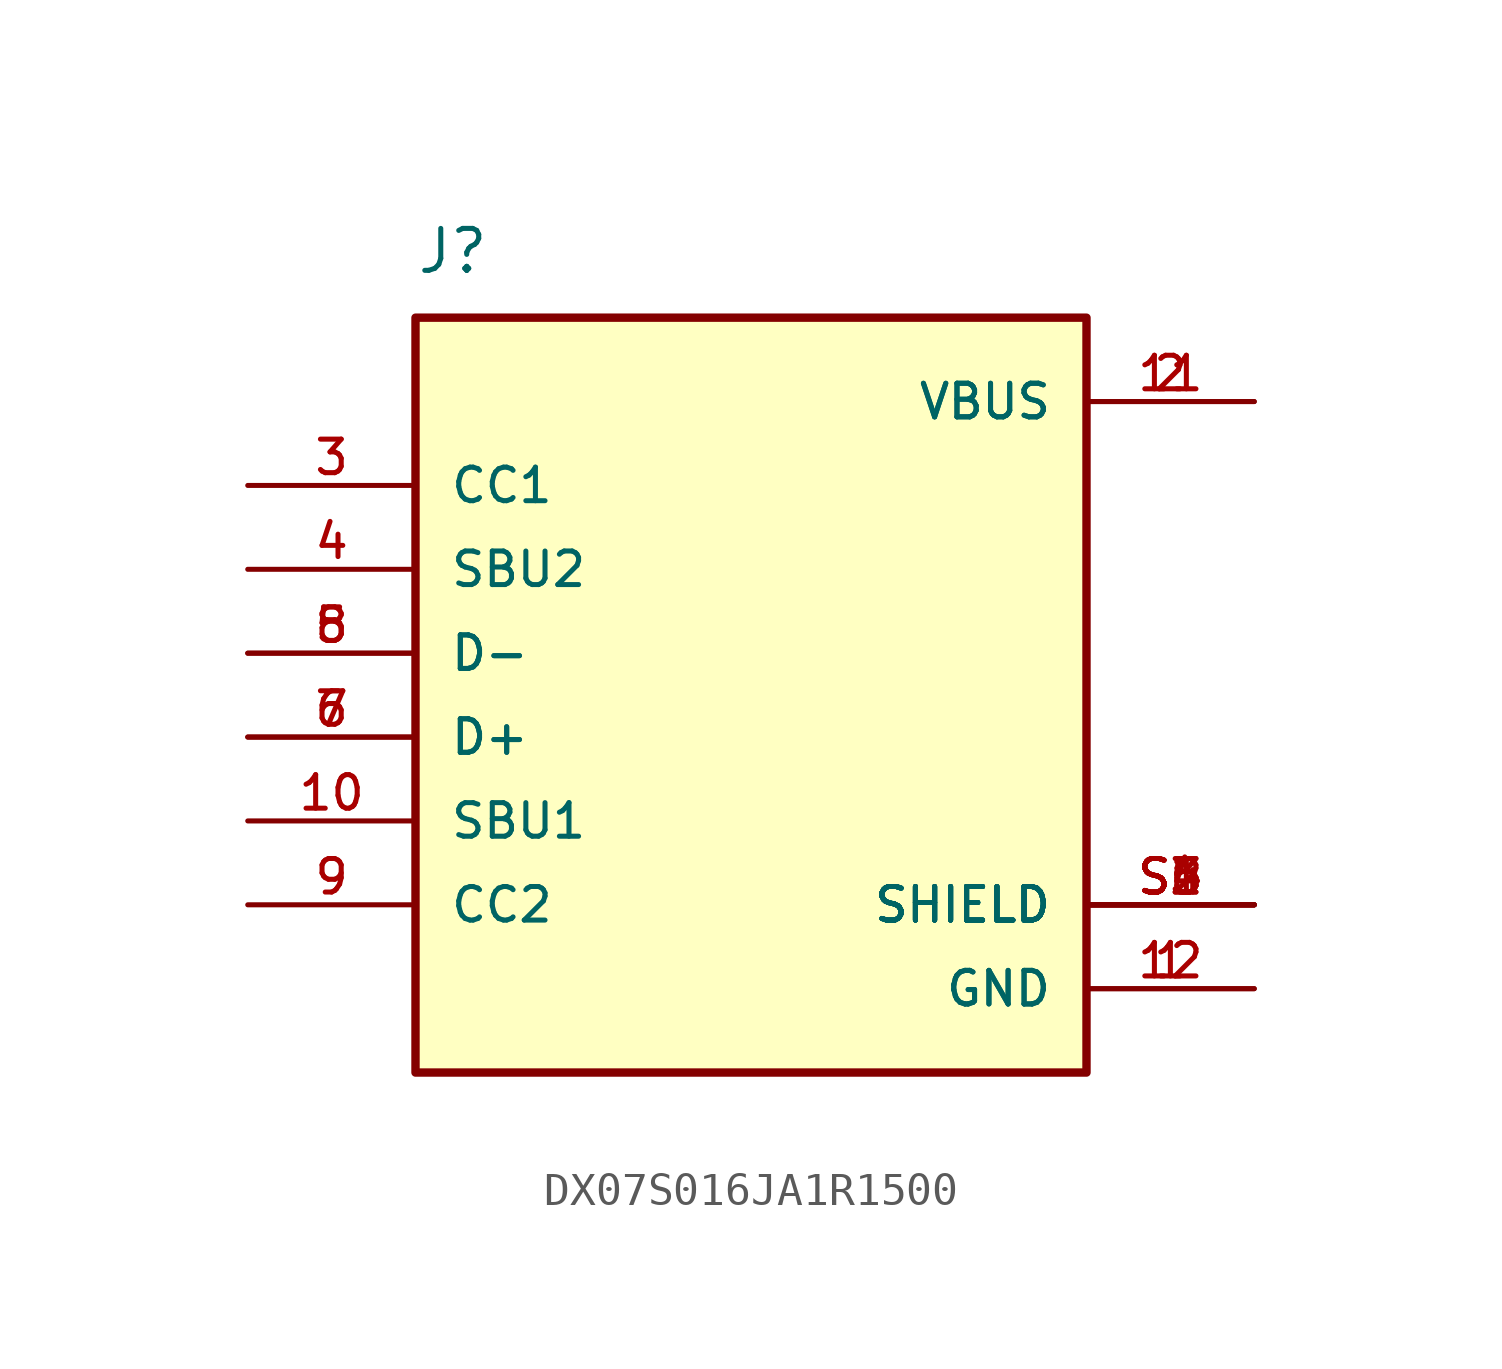
<source format=kicad_sym>
(kicad_symbol_lib
  (version 20220914)
  (generator kicad_symbol_editor)
  (symbol "DX07S016JA1R1500"
    (pin_names
      (offset 1.016))
    (property "Reference" "J"
      (at -10.16 11.43 0)
      (effects (font (size 1.27 1.27)) (justify left bottom)))
    (symbol "DX07S016JA1R1500_0_0"
      (rectangle (start -10.16 10.16) (end 10.16 -12.7) (stroke (width 0.254) (type default)) (fill (type background)))
      (pin power_in line (at 15.24 -10.16 180) (length 5.08) (name "GND" (effects (font (size 1.016 1.016)))) (number "1" (effects (font (size 1.016 1.016)))))
      (pin passive line (at -15.24 -5.08 0) (length 5.08) (name "SBU1" (effects (font (size 1.016 1.016)))) (number "10" (effects (font (size 1.016 1.016)))))
      (pin power_in line (at 15.24 7.62 180) (length 5.08) (name "VBUS" (effects (font (size 1.016 1.016)))) (number "11" (effects (font (size 1.016 1.016)))))
      (pin power_in line (at 15.24 -10.16 180) (length 5.08) (name "GND" (effects (font (size 1.016 1.016)))) (number "12" (effects (font (size 1.016 1.016)))))
      (pin power_in line (at 15.24 7.62 180) (length 5.08) (name "VBUS" (effects (font (size 1.016 1.016)))) (number "2" (effects (font (size 1.016 1.016)))))
      (pin passive line (at -15.24 5.08 0) (length 5.08) (name "CC1" (effects (font (size 1.016 1.016)))) (number "3" (effects (font (size 1.016 1.016)))))
      (pin passive line (at -15.24 2.54 0) (length 5.08) (name "SBU2" (effects (font (size 1.016 1.016)))) (number "4" (effects (font (size 1.016 1.016)))))
      (pin passive line (at -15.24 0 0) (length 5.08) (name "D-" (effects (font (size 1.016 1.016)))) (number "5" (effects (font (size 1.016 1.016)))))
      (pin passive line (at -15.24 -2.54 0) (length 5.08) (name "D+" (effects (font (size 1.016 1.016)))) (number "6" (effects (font (size 1.016 1.016)))))
      (pin passive line (at -15.24 -2.54 0) (length 5.08) (name "D+" (effects (font (size 1.016 1.016)))) (number "7" (effects (font (size 1.016 1.016)))))
      (pin passive line (at -15.24 0 0) (length 5.08) (name "D-" (effects (font (size 1.016 1.016)))) (number "8" (effects (font (size 1.016 1.016)))))
      (pin passive line (at -15.24 -7.62 0) (length 5.08) (name "CC2" (effects (font (size 1.016 1.016)))) (number "9" (effects (font (size 1.016 1.016)))))
      (pin passive line (at 15.24 -7.62 180) (length 5.08) (name "SHIELD" (effects (font (size 1.016 1.016)))) (number "S1" (effects (font (size 1.016 1.016)))))
      (pin passive line (at 15.24 -7.62 180) (length 5.08) (name "SHIELD" (effects (font (size 1.016 1.016)))) (number "S2" (effects (font (size 1.016 1.016)))))
      (pin passive line (at 15.24 -7.62 180) (length 5.08) (name "SHIELD" (effects (font (size 1.016 1.016)))) (number "S3" (effects (font (size 1.016 1.016)))))
      (pin passive line (at 15.24 -7.62 180) (length 5.08) (name "SHIELD" (effects (font (size 1.016 1.016)))) (number "S4" (effects (font (size 1.016 1.016)))))
      (pin passive line (at 15.24 -7.62 180) (length 5.08) (name "SHIELD" (effects (font (size 1.016 1.016)))) (number "S5" (effects (font (size 1.016 1.016)))))
      (pin passive line (at 15.24 -7.62 180) (length 5.08) (name "SHIELD" (effects (font (size 1.016 1.016)))) (number "S6" (effects (font (size 1.016 1.016))))))))
</source>
